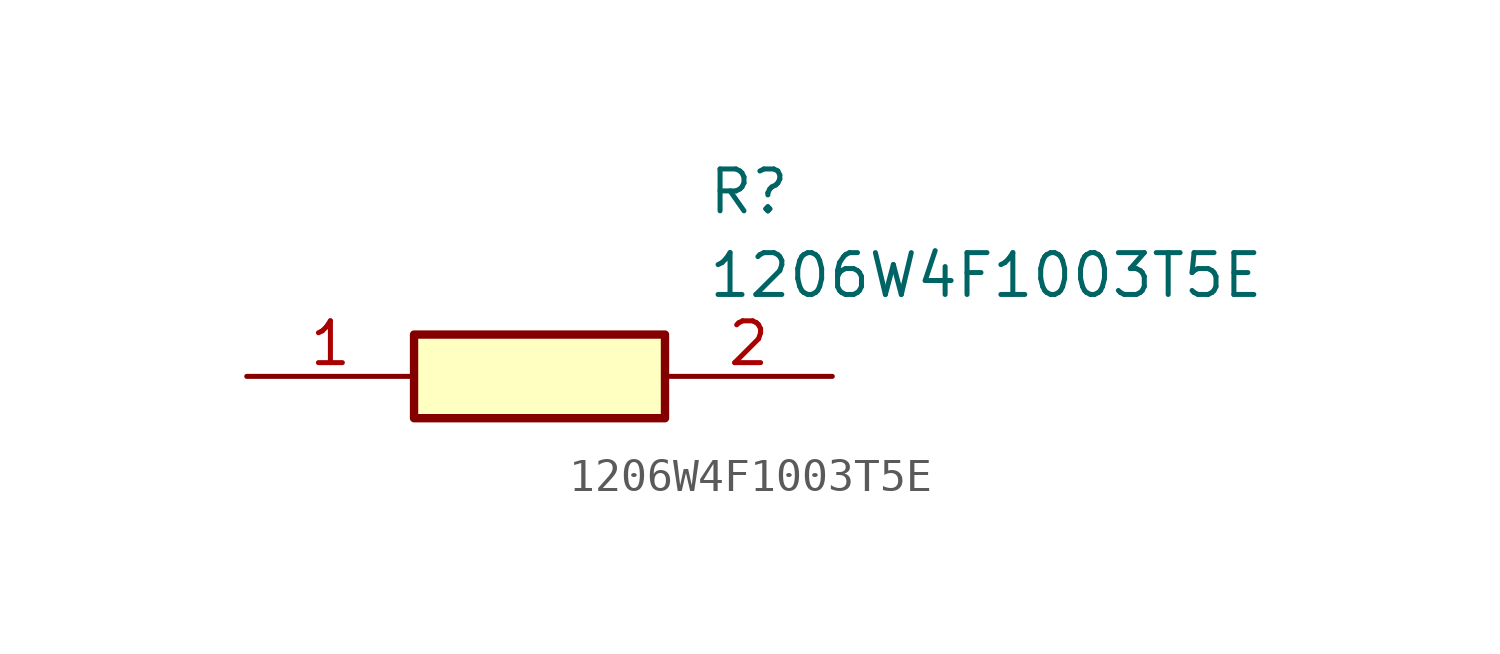
<source format=kicad_sym>
(kicad_symbol_lib
  (version 20220914)
  (generator SamacSys_ECAD_Model)
  (symbol "1206W4F1003T5E"
    (pin_names hide)
    (property "Reference" "R"
      (at 13.97 6.35 0)
      (effects (font (size 1.27 1.27)) (justify left top)))
    (property "Value" "1206W4F1003T5E"
      (at 13.97 3.81 0)
      (effects (font (size 1.27 1.27)) (justify left top)))
    (rectangle
      (start 5.08 1.27)
      (end 12.7 -1.27)
      (stroke (width 0.254) (type default))
      (fill (type background)))
    (pin passive line
      (at 0 0 0)
      (length 5.08)
      (name "1" (effects (font (size 1.27 1.27))))
      (number "1" (effects (font (size 1.27 1.27)))))
    (pin passive line
      (at 17.78 0 180)
      (length 5.08)
      (name "2" (effects (font (size 1.27 1.27))))
      (number "2" (effects (font (size 1.27 1.27)))))))
</source>
